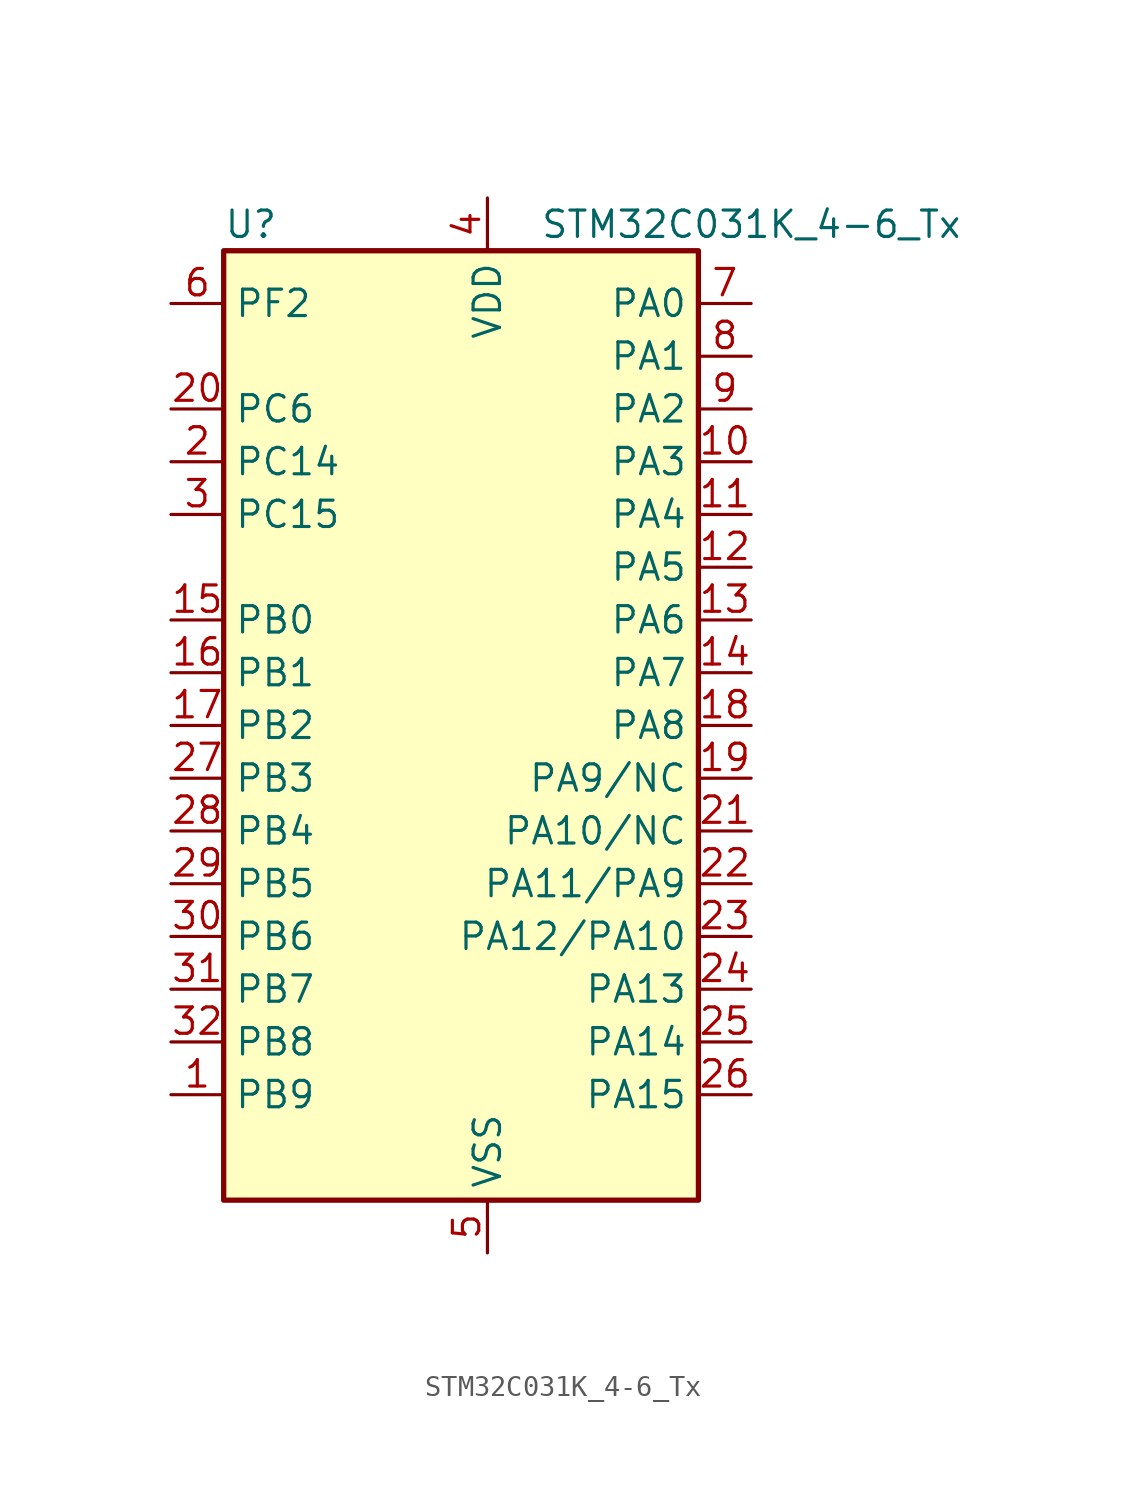
<source format=kicad_sym>
(kicad_symbol_lib
  (version 20211014)
  (generator kicad-library-utils)
  (symbol "STM32C031K_4-6_Tx"
    (property "Reference" "U"
      (at -10.16 24.13 0)
      (effects (font (size 1.27 1.27)) (justify left)))
    (property "Value" "STM32C031K_4-6_Tx"
      (at 5.08 24.13 0)
      (effects (font (size 1.27 1.27)) (justify left)))
    (property "ki_fp_filters" "LQFP*7x7mm*P0.8mm*"
      (at 0.0 0.0 0.0)
      (effects (font (size 1.27 1.27))))
    (symbol "STM32C031K_4-6_Tx_0_1"
      (rectangle (start -10.16 -22.86) (end 12.7 22.86) (stroke (width 0.254)) (fill (type background))))
    (symbol "STM32C031K_4-6_Tx_1_1"
      (pin bidirectional line (at -12.7 20.32 0) (length 2.54) (name "PF2" (effects (font (size 1.27 1.27)))) (number "6" (effects (font (size 1.27 1.27)))) (alternate "RCC_MCO" bidirectional line) (alternate "TIM1_CH4" bidirectional line))
      (pin bidirectional line (at -12.7 15.24 0) (length 2.54) (name "PC6" (effects (font (size 1.27 1.27)))) (number "20" (effects (font (size 1.27 1.27)))) (alternate "TIM3_CH1" bidirectional line))
      (pin bidirectional line (at -12.7 12.7 0) (length 2.54) (name "PC14" (effects (font (size 1.27 1.27)))) (number "2" (effects (font (size 1.27 1.27)))) (alternate "I2C1_SDA" bidirectional line) (alternate "IR_OUT" bidirectional line) (alternate "RCC_OSCX_IN" bidirectional line) (alternate "TIM17_CH1" bidirectional line) (alternate "TIM1_BKIN2" bidirectional line) (alternate "TIM1_ETR" bidirectional line) (alternate "TIM3_CH2" bidirectional line) (alternate "USART1_TX" bidirectional line) (alternate "USART2_CK" bidirectional line) (alternate "USART2_DE" bidirectional line) (alternate "USART2_RTS" bidirectional line))
      (pin bidirectional line (at -12.7 10.16 0) (length 2.54) (name "PC15" (effects (font (size 1.27 1.27)))) (number "3" (effects (font (size 1.27 1.27)))) (alternate "RCC_OSC32_EN" bidirectional line) (alternate "RCC_OSCX_OUT" bidirectional line) (alternate "RCC_OSC_EN" bidirectional line) (alternate "TIM1_ETR" bidirectional line) (alternate "TIM3_CH3" bidirectional line))
      (pin bidirectional line (at -12.7 5.08 0) (length 2.54) (name "PB0" (effects (font (size 1.27 1.27)))) (number "15" (effects (font (size 1.27 1.27)))) (alternate "ADC1_IN17" bidirectional line) (alternate "I2S1_WS" bidirectional line) (alternate "SPI1_NSS" bidirectional line) (alternate "TIM1_CH2N" bidirectional line) (alternate "TIM3_CH3" bidirectional line))
      (pin bidirectional line (at -12.7 2.54 0) (length 2.54) (name "PB1" (effects (font (size 1.27 1.27)))) (number "16" (effects (font (size 1.27 1.27)))) (alternate "ADC1_IN18" bidirectional line) (alternate "TIM14_CH1" bidirectional line) (alternate "TIM1_CH2N" bidirectional line) (alternate "TIM1_CH3N" bidirectional line) (alternate "TIM3_CH4" bidirectional line))
      (pin bidirectional line (at -12.7 0.0 0) (length 2.54) (name "PB2" (effects (font (size 1.27 1.27)))) (number "17" (effects (font (size 1.27 1.27)))) (alternate "ADC1_IN19" bidirectional line) (alternate "RCC_MCO_2" bidirectional line) (alternate "USART1_RX" bidirectional line))
      (pin bidirectional line (at -12.7 -2.54 0) (length 2.54) (name "PB3" (effects (font (size 1.27 1.27)))) (number "27" (effects (font (size 1.27 1.27)))) (alternate "I2S1_CK" bidirectional line) (alternate "SPI1_SCK" bidirectional line) (alternate "TIM1_CH2" bidirectional line) (alternate "TIM3_CH2" bidirectional line) (alternate "USART1_CK" bidirectional line) (alternate "USART1_DE" bidirectional line) (alternate "USART1_RTS" bidirectional line))
      (pin bidirectional line (at -12.7 -5.08 0) (length 2.54) (name "PB4" (effects (font (size 1.27 1.27)))) (number "28" (effects (font (size 1.27 1.27)))) (alternate "I2S1_MCK" bidirectional line) (alternate "SPI1_MISO" bidirectional line) (alternate "TIM17_BKIN" bidirectional line) (alternate "TIM3_CH1" bidirectional line) (alternate "USART1_CTS" bidirectional line) (alternate "USART1_NSS" bidirectional line))
      (pin bidirectional line (at -12.7 -7.62 0) (length 2.54) (name "PB5" (effects (font (size 1.27 1.27)))) (number "29" (effects (font (size 1.27 1.27)))) (alternate "I2C1_SMBA" bidirectional line) (alternate "I2S1_SD" bidirectional line) (alternate "PWR_WKUP6" bidirectional line) (alternate "SPI1_MOSI" bidirectional line) (alternate "TIM16_BKIN" bidirectional line) (alternate "TIM3_CH2" bidirectional line) (alternate "TIM3_CH3" bidirectional line))
      (pin bidirectional line (at -12.7 -10.16 0) (length 2.54) (name "PB6" (effects (font (size 1.27 1.27)))) (number "30" (effects (font (size 1.27 1.27)))) (alternate "I2C1_SCL" bidirectional line) (alternate "I2C1_SMBA" bidirectional line) (alternate "I2S1_CK" bidirectional line) (alternate "I2S1_MCK" bidirectional line) (alternate "I2S1_SD" bidirectional line) (alternate "PWR_WKUP3" bidirectional line) (alternate "SPI1_MISO" bidirectional line) (alternate "SPI1_MOSI" bidirectional line) (alternate "SPI1_SCK" bidirectional line) (alternate "TIM16_BKIN" bidirectional line) (alternate "TIM16_CH1N" bidirectional line) (alternate "TIM17_BKIN" bidirectional line) (alternate "TIM1_CH2" bidirectional line) (alternate "TIM1_CH3" bidirectional line) (alternate "TIM3_CH1" bidirectional line) (alternate "TIM3_CH2" bidirectional line) (alternate "TIM3_CH3" bidirectional line) (alternate "USART1_CK" bidirectional line) (alternate "USART1_CTS" bidirectional line) (alternate "USART1_DE" bidirectional line) (alternate "USART1_NSS" bidirectional line) (alternate "USART1_RTS" bidirectional line) (alternate "USART1_TX" bidirectional line))
      (pin bidirectional line (at -12.7 -12.7 0) (length 2.54) (name "PB7" (effects (font (size 1.27 1.27)))) (number "31" (effects (font (size 1.27 1.27)))) (alternate "I2C1_SCL" bidirectional line) (alternate "I2C1_SDA" bidirectional line) (alternate "RTC_REFIN" bidirectional line) (alternate "TIM16_CH1" bidirectional line) (alternate "TIM17_CH1N" bidirectional line) (alternate "TIM1_CH4" bidirectional line) (alternate "TIM3_CH1" bidirectional line) (alternate "TIM3_CH4" bidirectional line) (alternate "USART1_RX" bidirectional line) (alternate "USART2_CTS" bidirectional line) (alternate "USART2_NSS" bidirectional line))
      (pin bidirectional line (at -12.7 -15.24 0) (length 2.54) (name "PB8" (effects (font (size 1.27 1.27)))) (number "32" (effects (font (size 1.27 1.27)))) (alternate "I2C1_SCL" bidirectional line) (alternate "TIM16_CH1" bidirectional line) (alternate "TIM3_CH1" bidirectional line) (alternate "USART2_CTS" bidirectional line) (alternate "USART2_NSS" bidirectional line))
      (pin bidirectional line (at -12.7 -17.78 0) (length 2.54) (name "PB9" (effects (font (size 1.27 1.27)))) (number "1" (effects (font (size 1.27 1.27)))) (alternate "I2C1_SDA" bidirectional line) (alternate "IR_OUT" bidirectional line) (alternate "TIM17_CH1" bidirectional line) (alternate "TIM3_CH2" bidirectional line) (alternate "USART2_CK" bidirectional line) (alternate "USART2_DE" bidirectional line) (alternate "USART2_RTS" bidirectional line))
      (pin bidirectional line (at 15.24 20.32 180) (length 2.54) (name "PA0" (effects (font (size 1.27 1.27)))) (number "7" (effects (font (size 1.27 1.27)))) (alternate "ADC1_IN0" bidirectional line) (alternate "PWR_WKUP1" bidirectional line) (alternate "TIM16_CH1" bidirectional line) (alternate "TIM1_CH1" bidirectional line) (alternate "USART1_TX" bidirectional line) (alternate "USART2_CTS" bidirectional line) (alternate "USART2_NSS" bidirectional line))
      (pin bidirectional line (at 15.24 17.78 180) (length 2.54) (name "PA1" (effects (font (size 1.27 1.27)))) (number "8" (effects (font (size 1.27 1.27)))) (alternate "ADC1_IN1" bidirectional line) (alternate "I2C1_SMBA" bidirectional line) (alternate "I2S1_CK" bidirectional line) (alternate "SPI1_SCK" bidirectional line) (alternate "TIM17_CH1" bidirectional line) (alternate "TIM1_CH2" bidirectional line) (alternate "USART1_RX" bidirectional line) (alternate "USART2_CK" bidirectional line) (alternate "USART2_DE" bidirectional line) (alternate "USART2_RTS" bidirectional line))
      (pin bidirectional line (at 15.24 15.24 180) (length 2.54) (name "PA2" (effects (font (size 1.27 1.27)))) (number "9" (effects (font (size 1.27 1.27)))) (alternate "ADC1_IN2" bidirectional line) (alternate "I2S1_SD" bidirectional line) (alternate "PWR_WKUP4" bidirectional line) (alternate "RCC_LSCO" bidirectional line) (alternate "SPI1_MOSI" bidirectional line) (alternate "TIM16_CH1N" bidirectional line) (alternate "TIM1_CH3" bidirectional line) (alternate "TIM3_ETR" bidirectional line) (alternate "USART2_TX" bidirectional line))
      (pin bidirectional line (at 15.24 12.7 180) (length 2.54) (name "PA3" (effects (font (size 1.27 1.27)))) (number "10" (effects (font (size 1.27 1.27)))) (alternate "ADC1_IN3" bidirectional line) (alternate "TIM1_CH1N" bidirectional line) (alternate "TIM1_CH4" bidirectional line) (alternate "USART2_RX" bidirectional line))
      (pin bidirectional line (at 15.24 10.16 180) (length 2.54) (name "PA4" (effects (font (size 1.27 1.27)))) (number "11" (effects (font (size 1.27 1.27)))) (alternate "ADC1_IN4" bidirectional line) (alternate "I2S1_WS" bidirectional line) (alternate "PWR_WKUP2" bidirectional line) (alternate "RTC_OUT1" bidirectional line) (alternate "RTC_TS" bidirectional line) (alternate "SPI1_NSS" bidirectional line) (alternate "TIM14_CH1" bidirectional line) (alternate "TIM17_CH1N" bidirectional line) (alternate "TIM1_CH2N" bidirectional line) (alternate "USART2_TX" bidirectional line))
      (pin bidirectional line (at 15.24 7.62 180) (length 2.54) (name "PA5" (effects (font (size 1.27 1.27)))) (number "12" (effects (font (size 1.27 1.27)))) (alternate "ADC1_IN5" bidirectional line) (alternate "I2S1_CK" bidirectional line) (alternate "SPI1_SCK" bidirectional line) (alternate "TIM1_CH1" bidirectional line) (alternate "TIM1_CH3N" bidirectional line) (alternate "USART2_RX" bidirectional line))
      (pin bidirectional line (at 15.24 5.08 180) (length 2.54) (name "PA6" (effects (font (size 1.27 1.27)))) (number "13" (effects (font (size 1.27 1.27)))) (alternate "ADC1_IN6" bidirectional line) (alternate "I2S1_MCK" bidirectional line) (alternate "SPI1_MISO" bidirectional line) (alternate "TIM16_CH1" bidirectional line) (alternate "TIM1_BKIN" bidirectional line) (alternate "TIM3_CH1" bidirectional line))
      (pin bidirectional line (at 15.24 2.54 180) (length 2.54) (name "PA7" (effects (font (size 1.27 1.27)))) (number "14" (effects (font (size 1.27 1.27)))) (alternate "ADC1_IN7" bidirectional line) (alternate "I2S1_SD" bidirectional line) (alternate "SPI1_MOSI" bidirectional line) (alternate "TIM14_CH1" bidirectional line) (alternate "TIM17_CH1" bidirectional line) (alternate "TIM1_CH1N" bidirectional line) (alternate "TIM3_CH2" bidirectional line))
      (pin bidirectional line (at 15.24 0.0 180) (length 2.54) (name "PA8" (effects (font (size 1.27 1.27)))) (number "18" (effects (font (size 1.27 1.27)))) (alternate "ADC1_IN8" bidirectional line) (alternate "I2S1_WS" bidirectional line) (alternate "RCC_MCO" bidirectional line) (alternate "RCC_MCO_2" bidirectional line) (alternate "SPI1_NSS" bidirectional line) (alternate "TIM14_CH1" bidirectional line) (alternate "TIM1_CH1" bidirectional line) (alternate "TIM1_CH2N" bidirectional line) (alternate "TIM1_CH3N" bidirectional line) (alternate "TIM3_CH3" bidirectional line) (alternate "TIM3_CH4" bidirectional line) (alternate "USART1_RX" bidirectional line) (alternate "USART2_TX" bidirectional line))
      (pin bidirectional line (at 15.24 -2.54 180) (length 2.54) (name "PA9/NC" (effects (font (size 1.27 1.27)))) (number "19" (effects (font (size 1.27 1.27)))) (alternate "I2C1_SCL" bidirectional line) (alternate "RCC_MCO" bidirectional line) (alternate "TIM1_CH2" bidirectional line) (alternate "TIM3_ETR" bidirectional line) (alternate "USART1_TX" bidirectional line))
      (pin bidirectional line (at 15.24 -5.08 180) (length 2.54) (name "PA10/NC" (effects (font (size 1.27 1.27)))) (number "21" (effects (font (size 1.27 1.27)))) (alternate "I2C1_SDA" bidirectional line) (alternate "RCC_MCO_2" bidirectional line) (alternate "TIM17_BKIN" bidirectional line) (alternate "TIM1_CH3" bidirectional line) (alternate "USART1_RX" bidirectional line))
      (pin bidirectional line (at 15.24 -7.62 180) (length 2.54) (name "PA11/PA9" (effects (font (size 1.27 1.27)))) (number "22" (effects (font (size 1.27 1.27)))) (alternate "ADC1_EXTI11" bidirectional line) (alternate "ADC1_IN11" bidirectional line) (alternate "I2S1_MCK" bidirectional line) (alternate "SPI1_MISO" bidirectional line) (alternate "TIM1_BKIN2" bidirectional line) (alternate "TIM1_CH4" bidirectional line) (alternate "USART1_CTS" bidirectional line) (alternate "USART1_NSS" bidirectional line))
      (pin bidirectional line (at 15.24 -10.16 180) (length 2.54) (name "PA12/PA10" (effects (font (size 1.27 1.27)))) (number "23" (effects (font (size 1.27 1.27)))) (alternate "ADC1_IN12" bidirectional line) (alternate "I2S1_SD" bidirectional line) (alternate "I2S_CKIN" bidirectional line) (alternate "SPI1_MOSI" bidirectional line) (alternate "TIM1_ETR" bidirectional line) (alternate "USART1_CK" bidirectional line) (alternate "USART1_DE" bidirectional line) (alternate "USART1_RTS" bidirectional line))
      (pin bidirectional line (at 15.24 -12.7 180) (length 2.54) (name "PA13" (effects (font (size 1.27 1.27)))) (number "24" (effects (font (size 1.27 1.27)))) (alternate "ADC1_IN13" bidirectional line) (alternate "DEBUG_SWDIO" bidirectional line) (alternate "IR_OUT" bidirectional line) (alternate "TIM3_ETR" bidirectional line) (alternate "USART2_RX" bidirectional line))
      (pin bidirectional line (at 15.24 -15.24 180) (length 2.54) (name "PA14" (effects (font (size 1.27 1.27)))) (number "25" (effects (font (size 1.27 1.27)))) (alternate "ADC1_IN14" bidirectional line) (alternate "DEBUG_SWCLK" bidirectional line) (alternate "I2S1_WS" bidirectional line) (alternate "RCC_MCO_2" bidirectional line) (alternate "SPI1_NSS" bidirectional line) (alternate "TIM1_CH1" bidirectional line) (alternate "USART1_CK" bidirectional line) (alternate "USART1_DE" bidirectional line) (alternate "USART1_RTS" bidirectional line) (alternate "USART2_RX" bidirectional line) (alternate "USART2_TX" bidirectional line))
      (pin bidirectional line (at 15.24 -17.78 180) (length 2.54) (name "PA15" (effects (font (size 1.27 1.27)))) (number "26" (effects (font (size 1.27 1.27)))) (alternate "I2S1_WS" bidirectional line) (alternate "RCC_MCO_2" bidirectional line) (alternate "SPI1_NSS" bidirectional line) (alternate "TIM1_CH1" bidirectional line) (alternate "USART1_CK" bidirectional line) (alternate "USART1_DE" bidirectional line) (alternate "USART1_RTS" bidirectional line) (alternate "USART2_RX" bidirectional line))
      (pin power_in line (at 2.54 25.4 270) (length 2.54) (name "VDD" (effects (font (size 1.27 1.27)))) (number "4" (effects (font (size 1.27 1.27)))))
      (pin power_in line (at 2.54 -25.4 90) (length 2.54) (name "VSS" (effects (font (size 1.27 1.27)))) (number "5" (effects (font (size 1.27 1.27))))))))
</source>
